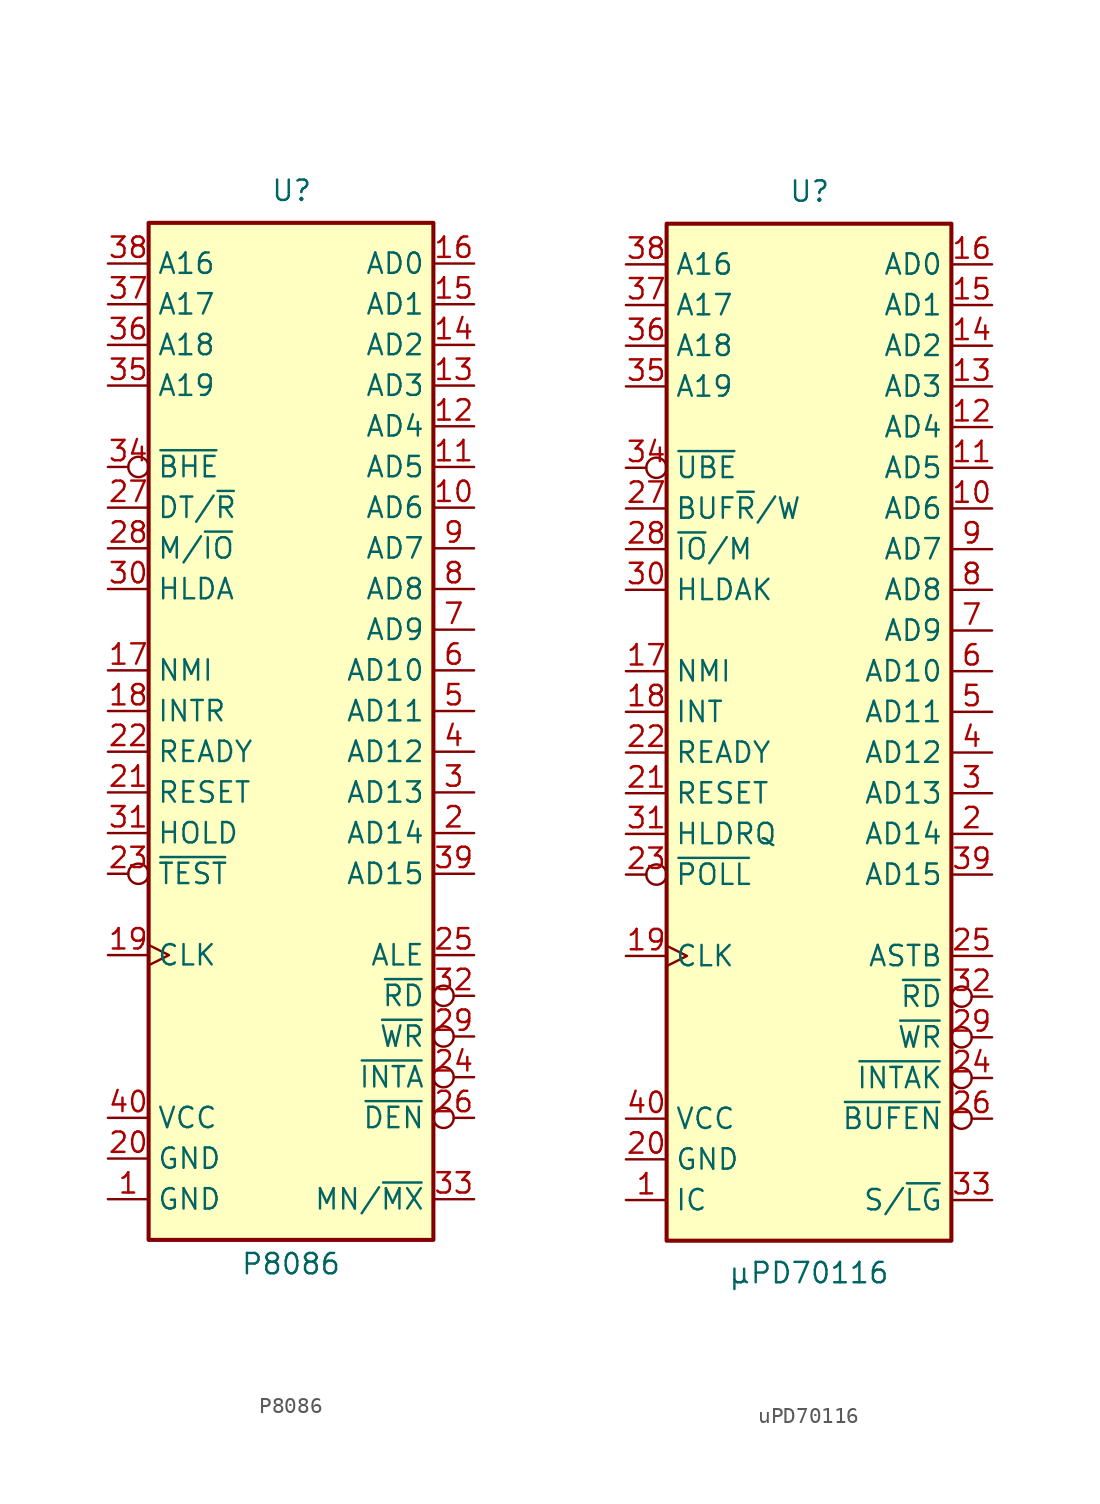
<source format=kicad_sym>
(kicad_symbol_lib
  (version 20241209)
  (generator "kicad_symbol_editor")
  (generator_version "9.0")
  (symbol "P8086"
    (property "Reference" "U"
      (at -1.27 31.75 0)
      (effects (font (size 1.27 1.27)) (justify left bottom)))
    (property "Value" "P8086"
      (at 0 -33.782 0)
      (effects (font (size 1.27 1.27)) (justify top)))
    (symbol "P8086_0_1"
      (rectangle (start -8.89 -33.02) (end 8.89 30.48) (stroke (width 0.254) (type default)) (fill (type background))))
    (symbol "P8086_1_1"
      (pin output line (at -11.43 27.94 0) (length 2.54) (name "A16" (effects (font (size 1.27 1.27)))) (number "38" (effects (font (size 1.27 1.27)))))
      (pin output line (at -11.43 25.4 0) (length 2.54) (name "A17" (effects (font (size 1.27 1.27)))) (number "37" (effects (font (size 1.27 1.27)))))
      (pin output line (at -11.43 22.86 0) (length 2.54) (name "A18" (effects (font (size 1.27 1.27)))) (number "36" (effects (font (size 1.27 1.27)))))
      (pin output line (at -11.43 20.32 0) (length 2.54) (name "A19" (effects (font (size 1.27 1.27)))) (number "35" (effects (font (size 1.27 1.27)))))
      (pin output inverted (at -11.43 15.24 0) (length 2.54) (name "~{BHE}" (effects (font (size 1.27 1.27)))) (number "34" (effects (font (size 1.27 1.27)))))
      (pin output line (at -11.43 12.7 0) (length 2.54) (name "DT/~{R}" (effects (font (size 1.27 1.27)))) (number "27" (effects (font (size 1.27 1.27)))))
      (pin output line (at -11.43 10.16 0) (length 2.54) (name "M/~{IO}" (effects (font (size 1.27 1.27)))) (number "28" (effects (font (size 1.27 1.27)))))
      (pin output line (at -11.43 7.62 0) (length 2.54) (name "HLDA" (effects (font (size 1.27 1.27)))) (number "30" (effects (font (size 1.27 1.27)))))
      (pin input line (at -11.43 2.54 0) (length 2.54) (name "NMI" (effects (font (size 1.27 1.27)))) (number "17" (effects (font (size 1.27 1.27)))))
      (pin input line (at -11.43 0 0) (length 2.54) (name "INTR" (effects (font (size 1.27 1.27)))) (number "18" (effects (font (size 1.27 1.27)))))
      (pin input line (at -11.43 -2.54 0) (length 2.54) (name "READY" (effects (font (size 1.27 1.27)))) (number "22" (effects (font (size 1.27 1.27)))))
      (pin input line (at -11.43 -5.08 0) (length 2.54) (name "RESET" (effects (font (size 1.27 1.27)))) (number "21" (effects (font (size 1.27 1.27)))))
      (pin input line (at -11.43 -7.62 0) (length 2.54) (name "HOLD" (effects (font (size 1.27 1.27)))) (number "31" (effects (font (size 1.27 1.27)))))
      (pin input inverted (at -11.43 -10.16 0) (length 2.54) (name "~{TEST}" (effects (font (size 1.27 1.27)))) (number "23" (effects (font (size 1.27 1.27)))))
      (pin input clock (at -11.43 -15.24 0) (length 2.54) (name "CLK" (effects (font (size 1.27 1.27)))) (number "19" (effects (font (size 1.27 1.27)))))
      (pin power_in line (at -11.43 -25.4 0) (length 2.54) (name "VCC" (effects (font (size 1.27 1.27)))) (number "40" (effects (font (size 1.27 1.27)))))
      (pin power_in line (at -11.43 -27.94 0) (length 2.54) (name "GND" (effects (font (size 1.27 1.27)))) (number "20" (effects (font (size 1.27 1.27)))))
      (pin power_in line (at -11.43 -30.48 0) (length 2.54) (name "GND" (effects (font (size 1.27 1.27)))) (number "1" (effects (font (size 1.27 1.27)))))
      (pin bidirectional line (at 11.43 27.94 180) (length 2.54) (name "AD0" (effects (font (size 1.27 1.27)))) (number "16" (effects (font (size 1.27 1.27)))))
      (pin bidirectional line (at 11.43 25.4 180) (length 2.54) (name "AD1" (effects (font (size 1.27 1.27)))) (number "15" (effects (font (size 1.27 1.27)))))
      (pin bidirectional line (at 11.43 22.86 180) (length 2.54) (name "AD2" (effects (font (size 1.27 1.27)))) (number "14" (effects (font (size 1.27 1.27)))))
      (pin bidirectional line (at 11.43 20.32 180) (length 2.54) (name "AD3" (effects (font (size 1.27 1.27)))) (number "13" (effects (font (size 1.27 1.27)))))
      (pin bidirectional line (at 11.43 17.78 180) (length 2.54) (name "AD4" (effects (font (size 1.27 1.27)))) (number "12" (effects (font (size 1.27 1.27)))))
      (pin bidirectional line (at 11.43 15.24 180) (length 2.54) (name "AD5" (effects (font (size 1.27 1.27)))) (number "11" (effects (font (size 1.27 1.27)))))
      (pin bidirectional line (at 11.43 12.7 180) (length 2.54) (name "AD6" (effects (font (size 1.27 1.27)))) (number "10" (effects (font (size 1.27 1.27)))))
      (pin bidirectional line (at 11.43 10.16 180) (length 2.54) (name "AD7" (effects (font (size 1.27 1.27)))) (number "9" (effects (font (size 1.27 1.27)))))
      (pin bidirectional line (at 11.43 7.62 180) (length 2.54) (name "AD8" (effects (font (size 1.27 1.27)))) (number "8" (effects (font (size 1.27 1.27)))))
      (pin bidirectional line (at 11.43 5.08 180) (length 2.54) (name "AD9" (effects (font (size 1.27 1.27)))) (number "7" (effects (font (size 1.27 1.27)))))
      (pin bidirectional line (at 11.43 2.54 180) (length 2.54) (name "AD10" (effects (font (size 1.27 1.27)))) (number "6" (effects (font (size 1.27 1.27)))))
      (pin bidirectional line (at 11.43 0 180) (length 2.54) (name "AD11" (effects (font (size 1.27 1.27)))) (number "5" (effects (font (size 1.27 1.27)))))
      (pin bidirectional line (at 11.43 -2.54 180) (length 2.54) (name "AD12" (effects (font (size 1.27 1.27)))) (number "4" (effects (font (size 1.27 1.27)))))
      (pin bidirectional line (at 11.43 -5.08 180) (length 2.54) (name "AD13" (effects (font (size 1.27 1.27)))) (number "3" (effects (font (size 1.27 1.27)))))
      (pin bidirectional line (at 11.43 -7.62 180) (length 2.54) (name "AD14" (effects (font (size 1.27 1.27)))) (number "2" (effects (font (size 1.27 1.27)))))
      (pin bidirectional line (at 11.43 -10.16 180) (length 2.54) (name "AD15" (effects (font (size 1.27 1.27)))) (number "39" (effects (font (size 1.27 1.27)))))
      (pin output line (at 11.43 -15.24 180) (length 2.54) (name "ALE" (effects (font (size 1.27 1.27)))) (number "25" (effects (font (size 1.27 1.27)))))
      (pin output inverted (at 11.43 -17.78 180) (length 2.54) (name "~{RD}" (effects (font (size 1.27 1.27)))) (number "32" (effects (font (size 1.27 1.27)))))
      (pin output inverted (at 11.43 -20.32 180) (length 2.54) (name "~{WR}" (effects (font (size 1.27 1.27)))) (number "29" (effects (font (size 1.27 1.27)))))
      (pin output inverted (at 11.43 -22.86 180) (length 2.54) (name "~{INTA}" (effects (font (size 1.27 1.27)))) (number "24" (effects (font (size 1.27 1.27)))))
      (pin output inverted (at 11.43 -25.4 180) (length 2.54) (name "~{DEN}" (effects (font (size 1.27 1.27)))) (number "26" (effects (font (size 1.27 1.27)))))
      (pin input line (at 11.43 -30.48 180) (length 2.54) (name "MN/~{MX}" (effects (font (size 1.27 1.27)))) (number "33" (effects (font (size 1.27 1.27)))))))
  (symbol "uPD70116"
    (property "Reference" "U"
      (at -1.27 31.75 0)
      (effects (font (size 1.27 1.27)) (justify left bottom)))
    (property "Value" "μPD70116"
      (at 0 -34.29 0)
      (effects (font (size 1.27 1.27)) (justify top)))
    (symbol "uPD70116_0_1"
      (rectangle (start -8.89 -33.02) (end 8.89 30.48) (stroke (width 0.254) (type default)) (fill (type background))))
    (symbol "uPD70116_1_1"
      (pin output line (at -11.43 27.94 0) (length 2.54) (name "A16" (effects (font (size 1.27 1.27)))) (number "38" (effects (font (size 1.27 1.27)))))
      (pin output line (at -11.43 25.4 0) (length 2.54) (name "A17" (effects (font (size 1.27 1.27)))) (number "37" (effects (font (size 1.27 1.27)))))
      (pin output line (at -11.43 22.86 0) (length 2.54) (name "A18" (effects (font (size 1.27 1.27)))) (number "36" (effects (font (size 1.27 1.27)))))
      (pin output line (at -11.43 20.32 0) (length 2.54) (name "A19" (effects (font (size 1.27 1.27)))) (number "35" (effects (font (size 1.27 1.27)))))
      (pin output inverted (at -11.43 15.24 0) (length 2.54) (name "~{UBE}" (effects (font (size 1.27 1.27)))) (number "34" (effects (font (size 1.27 1.27)))))
      (pin output line (at -11.43 12.7 0) (length 2.54) (name "BUF~{R}/W" (effects (font (size 1.27 1.27)))) (number "27" (effects (font (size 1.27 1.27)))))
      (pin output line (at -11.43 10.16 0) (length 2.54) (name "~{IO}/M" (effects (font (size 1.27 1.27)))) (number "28" (effects (font (size 1.27 1.27)))))
      (pin output line (at -11.43 7.62 0) (length 2.54) (name "HLDAK" (effects (font (size 1.27 1.27)))) (number "30" (effects (font (size 1.27 1.27)))))
      (pin input line (at -11.43 2.54 0) (length 2.54) (name "NMI" (effects (font (size 1.27 1.27)))) (number "17" (effects (font (size 1.27 1.27)))))
      (pin input line (at -11.43 0 0) (length 2.54) (name "INT" (effects (font (size 1.27 1.27)))) (number "18" (effects (font (size 1.27 1.27)))))
      (pin input line (at -11.43 -2.54 0) (length 2.54) (name "READY" (effects (font (size 1.27 1.27)))) (number "22" (effects (font (size 1.27 1.27)))))
      (pin input line (at -11.43 -5.08 0) (length 2.54) (name "RESET" (effects (font (size 1.27 1.27)))) (number "21" (effects (font (size 1.27 1.27)))))
      (pin input line (at -11.43 -7.62 0) (length 2.54) (name "HLDRQ" (effects (font (size 1.27 1.27)))) (number "31" (effects (font (size 1.27 1.27)))))
      (pin input inverted (at -11.43 -10.16 0) (length 2.54) (name "~{POLL}" (effects (font (size 1.27 1.27)))) (number "23" (effects (font (size 1.27 1.27)))))
      (pin input clock (at -11.43 -15.24 0) (length 2.54) (name "CLK" (effects (font (size 1.27 1.27)))) (number "19" (effects (font (size 1.27 1.27)))))
      (pin power_in line (at -11.43 -25.4 0) (length 2.54) (name "VCC" (effects (font (size 1.27 1.27)))) (number "40" (effects (font (size 1.27 1.27)))))
      (pin power_in line (at -11.43 -27.94 0) (length 2.54) (name "GND" (effects (font (size 1.27 1.27)))) (number "20" (effects (font (size 1.27 1.27)))))
      (pin input line (at -11.43 -30.48 0) (length 2.54) (name "IC" (effects (font (size 1.27 1.27)))) (number "1" (effects (font (size 1.27 1.27)))))
      (pin bidirectional line (at 11.43 27.94 180) (length 2.54) (name "AD0" (effects (font (size 1.27 1.27)))) (number "16" (effects (font (size 1.27 1.27)))))
      (pin bidirectional line (at 11.43 25.4 180) (length 2.54) (name "AD1" (effects (font (size 1.27 1.27)))) (number "15" (effects (font (size 1.27 1.27)))))
      (pin bidirectional line (at 11.43 22.86 180) (length 2.54) (name "AD2" (effects (font (size 1.27 1.27)))) (number "14" (effects (font (size 1.27 1.27)))))
      (pin bidirectional line (at 11.43 20.32 180) (length 2.54) (name "AD3" (effects (font (size 1.27 1.27)))) (number "13" (effects (font (size 1.27 1.27)))))
      (pin bidirectional line (at 11.43 17.78 180) (length 2.54) (name "AD4" (effects (font (size 1.27 1.27)))) (number "12" (effects (font (size 1.27 1.27)))))
      (pin bidirectional line (at 11.43 15.24 180) (length 2.54) (name "AD5" (effects (font (size 1.27 1.27)))) (number "11" (effects (font (size 1.27 1.27)))))
      (pin bidirectional line (at 11.43 12.7 180) (length 2.54) (name "AD6" (effects (font (size 1.27 1.27)))) (number "10" (effects (font (size 1.27 1.27)))))
      (pin bidirectional line (at 11.43 10.16 180) (length 2.54) (name "AD7" (effects (font (size 1.27 1.27)))) (number "9" (effects (font (size 1.27 1.27)))))
      (pin bidirectional line (at 11.43 7.62 180) (length 2.54) (name "AD8" (effects (font (size 1.27 1.27)))) (number "8" (effects (font (size 1.27 1.27)))))
      (pin bidirectional line (at 11.43 5.08 180) (length 2.54) (name "AD9" (effects (font (size 1.27 1.27)))) (number "7" (effects (font (size 1.27 1.27)))))
      (pin bidirectional line (at 11.43 2.54 180) (length 2.54) (name "AD10" (effects (font (size 1.27 1.27)))) (number "6" (effects (font (size 1.27 1.27)))))
      (pin bidirectional line (at 11.43 0 180) (length 2.54) (name "AD11" (effects (font (size 1.27 1.27)))) (number "5" (effects (font (size 1.27 1.27)))))
      (pin bidirectional line (at 11.43 -2.54 180) (length 2.54) (name "AD12" (effects (font (size 1.27 1.27)))) (number "4" (effects (font (size 1.27 1.27)))))
      (pin bidirectional line (at 11.43 -5.08 180) (length 2.54) (name "AD13" (effects (font (size 1.27 1.27)))) (number "3" (effects (font (size 1.27 1.27)))))
      (pin bidirectional line (at 11.43 -7.62 180) (length 2.54) (name "AD14" (effects (font (size 1.27 1.27)))) (number "2" (effects (font (size 1.27 1.27)))))
      (pin bidirectional line (at 11.43 -10.16 180) (length 2.54) (name "AD15" (effects (font (size 1.27 1.27)))) (number "39" (effects (font (size 1.27 1.27)))))
      (pin output line (at 11.43 -15.24 180) (length 2.54) (name "ASTB" (effects (font (size 1.27 1.27)))) (number "25" (effects (font (size 1.27 1.27)))))
      (pin output inverted (at 11.43 -17.78 180) (length 2.54) (name "~{RD}" (effects (font (size 1.27 1.27)))) (number "32" (effects (font (size 1.27 1.27)))))
      (pin output inverted (at 11.43 -20.32 180) (length 2.54) (name "~{WR}" (effects (font (size 1.27 1.27)))) (number "29" (effects (font (size 1.27 1.27)))))
      (pin output inverted (at 11.43 -22.86 180) (length 2.54) (name "~{INTAK}" (effects (font (size 1.27 1.27)))) (number "24" (effects (font (size 1.27 1.27)))))
      (pin output inverted (at 11.43 -25.4 180) (length 2.54) (name "~{BUFEN}" (effects (font (size 1.27 1.27)))) (number "26" (effects (font (size 1.27 1.27)))))
      (pin input line (at 11.43 -30.48 180) (length 2.54) (name "S/~{LG}" (effects (font (size 1.27 1.27)))) (number "33" (effects (font (size 1.27 1.27))))))))
</source>
